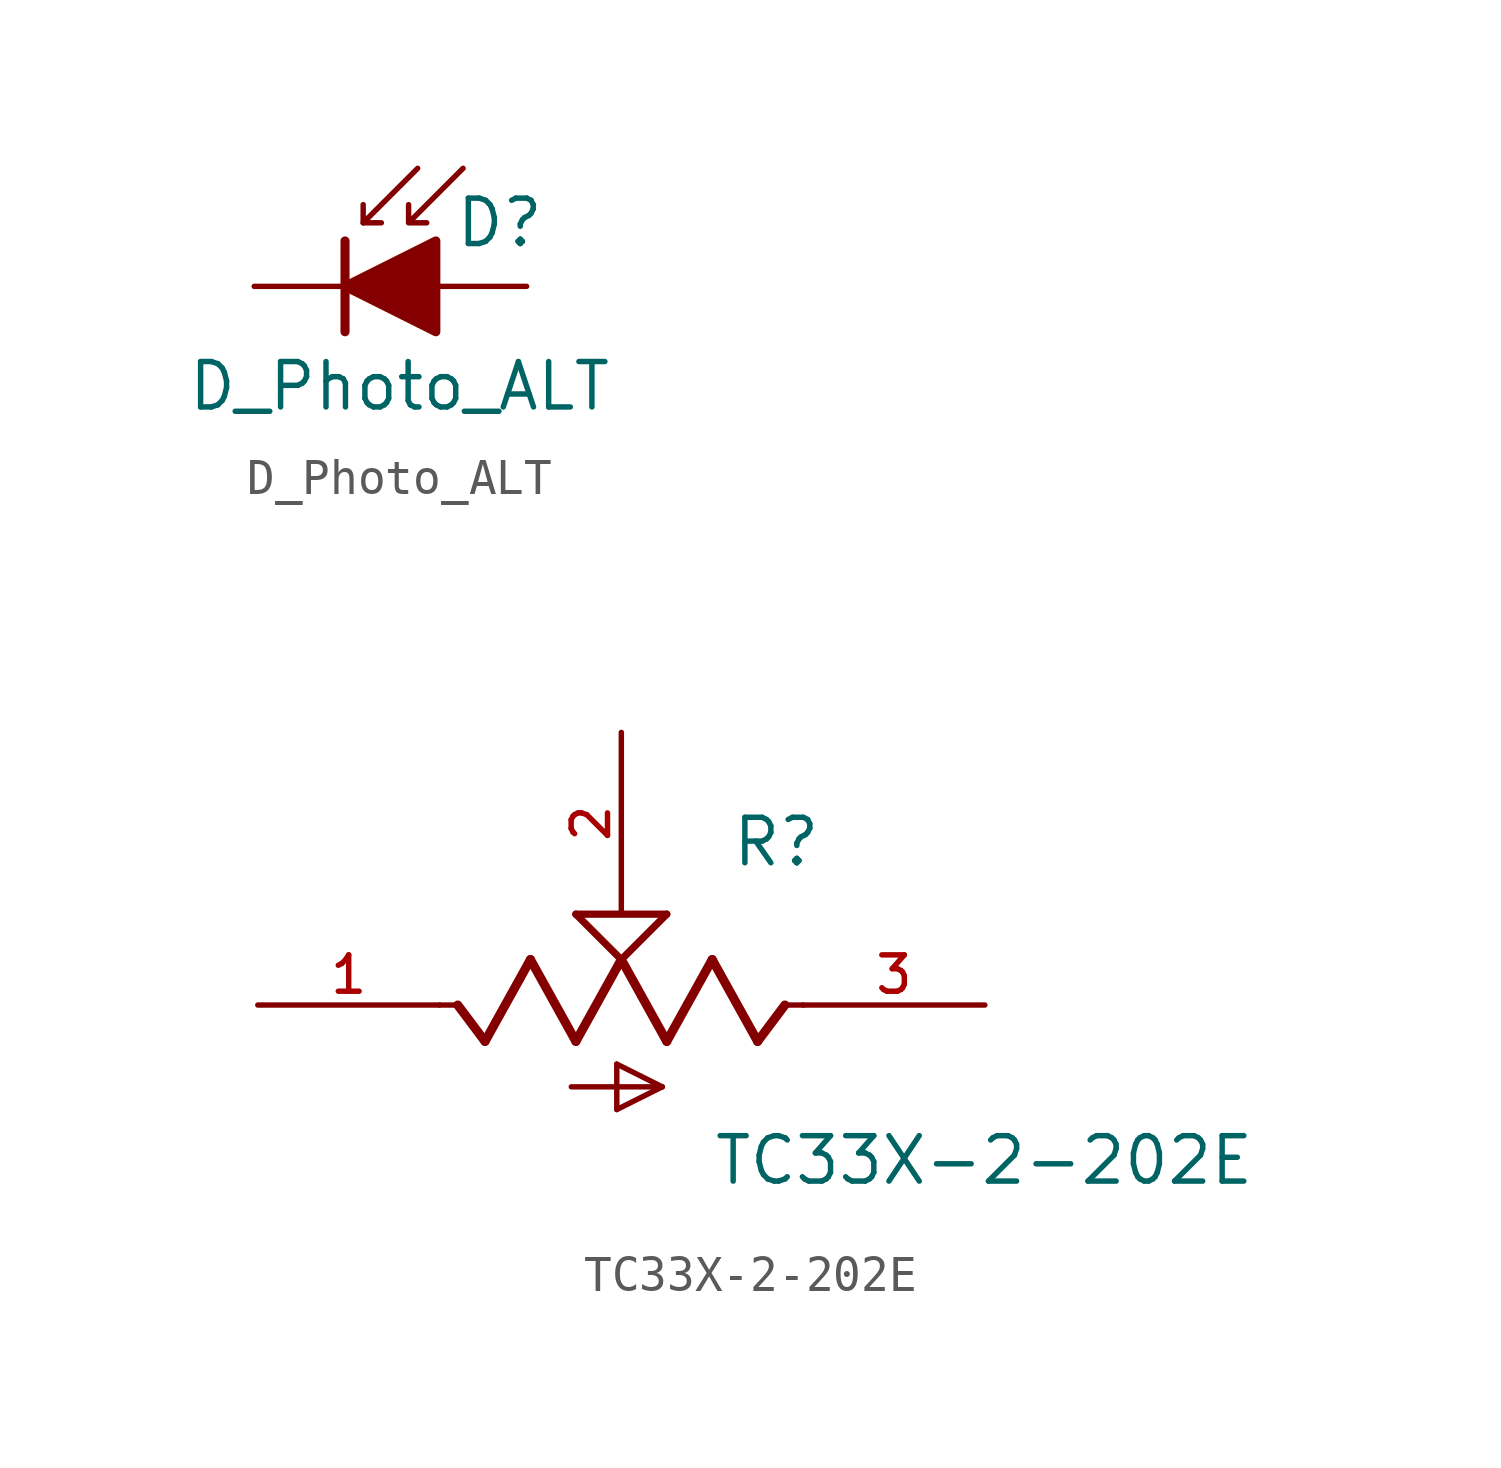
<source format=kicad_sym>
(kicad_symbol_lib
  (version 20220914)
  (generator kicad_symbol_editor)
  (symbol "D_Photo_ALT"
    (pin_numbers hide)
    (pin_names hide)
    (property "Reference" "D"
      (at 0.508 1.778 0)
      (effects (font (size 1.27 1.27)) (justify left)))
    (property "Value" "D_Photo_ALT"
      (at -1.016 -2.794 0)
      (effects (font (size 1.27 1.27))))
    (symbol "D_Photo_ALT_0_1"
      (polyline (pts (xy -2.54 1.27) (xy -2.54 -1.27)) (stroke (width 0.254) (type solid)) (fill (type none)))
      (polyline (pts (xy -2.032 1.778) (xy -1.524 1.778)) (stroke (width 0) (type solid)) (fill (type none)))
      (polyline (pts (xy 0 0) (xy -2.54 0)) (stroke (width 0) (type solid)) (fill (type none)))
      (polyline (pts (xy -0.508 3.302) (xy -2.032 1.778) (xy -2.032 2.286)) (stroke (width 0) (type solid)) (fill (type none)))
      (polyline (pts (xy 0 -1.27) (xy 0 1.27) (xy -2.54 0) (xy 0 -1.27)) (stroke (width 0.254) (type solid)) (fill (type outline)))
      (polyline (pts (xy 0.762 3.302) (xy -0.762 1.778) (xy -0.762 2.286) (xy -0.762 1.778) (xy -0.254 1.778)) (stroke (width 0) (type solid)) (fill (type none))))
    (symbol "D_Photo_ALT_1_1"
      (pin passive line (at -5.08 0 0) (length 2.54) (name "K" (effects (font (size 1.27 1.27)))) (number "1" (effects (font (size 1.27 1.27)))))
      (pin passive line (at 2.54 0 180) (length 2.54) (name "A" (effects (font (size 1.27 1.27)))) (number "2" (effects (font (size 1.27 1.27)))))
      (pin passive line (at 0 -2.54 90) (length 2.54) hide (name "GND" (effects (font (size 1.27 1.27)))) (number "3" (effects (font (size 1.27 1.27)))))))
  (symbol "TC33X-2-202E"
    (pin_names
      (offset 1.016))
    (property "Reference" "R"
      (at 3.051 3.814 0)
      (effects (font (size 1.27 1.27)) (justify left bottom)))
    (property "Value" "TC33X-2-202E"
      (at 2.542 -5.084 0)
      (effects (font (size 1.27 1.27)) (justify left bottom)))
    (symbol "TC33X-2-202E_0_0"
      (polyline (pts (xy -4.572 0) (xy -5.08 0)) (stroke (width 0.152) (type default)) (fill (type none)))
      (polyline (pts (xy -3.81 -1.016) (xy -4.572 0)) (stroke (width 0.254) (type default)) (fill (type none)))
      (polyline (pts (xy -2.54 1.27) (xy -3.81 -1.016)) (stroke (width 0.254) (type default)) (fill (type none)))
      (polyline (pts (xy -1.397 -2.286) (xy 1.143 -2.286)) (stroke (width 0.152) (type default)) (fill (type none)))
      (polyline (pts (xy -1.27 -1.016) (xy -2.54 1.27)) (stroke (width 0.254) (type default)) (fill (type none)))
      (polyline (pts (xy -1.27 2.54) (xy 1.27 2.54)) (stroke (width 0.203) (type default)) (fill (type none)))
      (polyline (pts (xy -0.127 -2.921) (xy -0.127 -1.651)) (stroke (width 0.152) (type default)) (fill (type none)))
      (polyline (pts (xy -0.127 -1.651) (xy 1.143 -2.286)) (stroke (width 0.152) (type default)) (fill (type none)))
      (polyline (pts (xy 0 1.27) (xy -1.27 -1.016)) (stroke (width 0.254) (type default)) (fill (type none)))
      (polyline (pts (xy 0 1.27) (xy -1.27 2.54)) (stroke (width 0.203) (type default)) (fill (type none)))
      (polyline (pts (xy 1.143 -2.286) (xy -0.127 -2.921)) (stroke (width 0.152) (type default)) (fill (type none)))
      (polyline (pts (xy 1.27 -1.016) (xy 0 1.27)) (stroke (width 0.254) (type default)) (fill (type none)))
      (polyline (pts (xy 1.27 2.54) (xy 0 1.27)) (stroke (width 0.203) (type default)) (fill (type none)))
      (polyline (pts (xy 2.54 1.27) (xy 1.27 -1.016)) (stroke (width 0.254) (type default)) (fill (type none)))
      (polyline (pts (xy 3.81 -1.016) (xy 2.54 1.27)) (stroke (width 0.254) (type default)) (fill (type none)))
      (polyline (pts (xy 4.572 0) (xy 3.81 -1.016)) (stroke (width 0.254) (type default)) (fill (type none)))
      (polyline (pts (xy 5.08 0) (xy 4.572 0)) (stroke (width 0.152) (type default)) (fill (type none)))
      (pin passive line (at -10.16 0 0) (length 5.08) (name "~" (effects (font (size 1.016 1.016)))) (number "1" (effects (font (size 1.016 1.016)))))
      (pin passive line (at 0 7.62 270) (length 5.08) (name "~" (effects (font (size 1.016 1.016)))) (number "2" (effects (font (size 1.016 1.016)))))
      (pin passive line (at 10.16 0 180) (length 5.08) (name "~" (effects (font (size 1.016 1.016)))) (number "3" (effects (font (size 1.016 1.016))))))))
</source>
